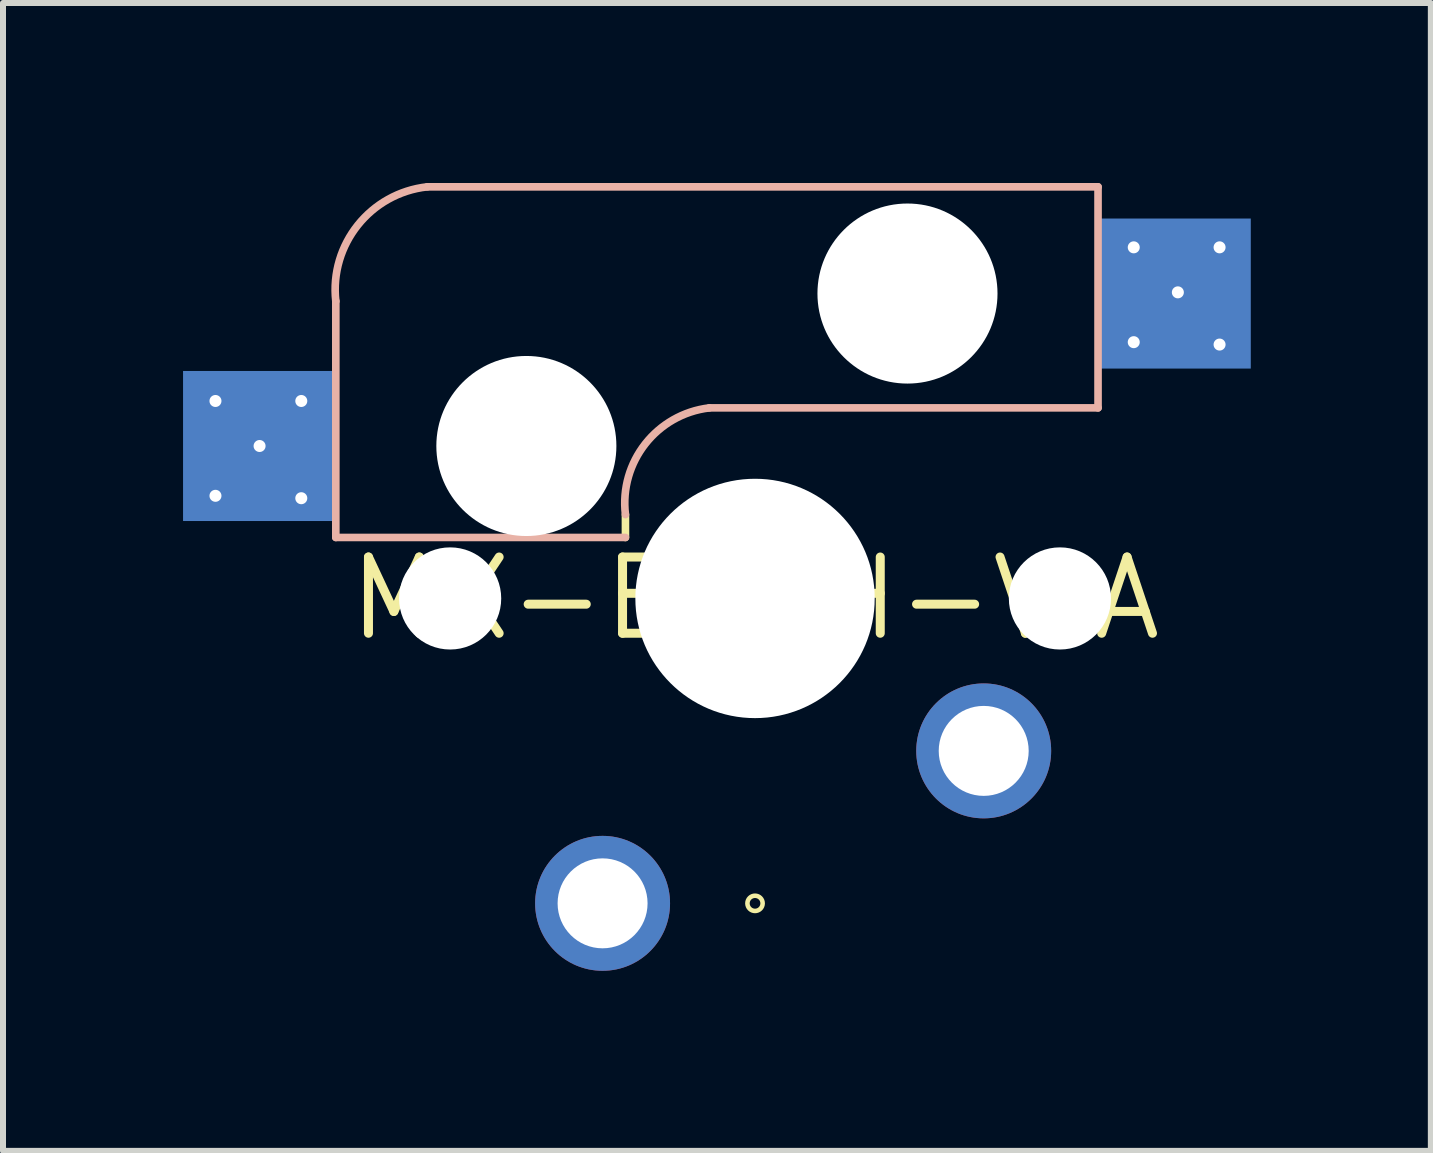
<source format=kicad_pcb>
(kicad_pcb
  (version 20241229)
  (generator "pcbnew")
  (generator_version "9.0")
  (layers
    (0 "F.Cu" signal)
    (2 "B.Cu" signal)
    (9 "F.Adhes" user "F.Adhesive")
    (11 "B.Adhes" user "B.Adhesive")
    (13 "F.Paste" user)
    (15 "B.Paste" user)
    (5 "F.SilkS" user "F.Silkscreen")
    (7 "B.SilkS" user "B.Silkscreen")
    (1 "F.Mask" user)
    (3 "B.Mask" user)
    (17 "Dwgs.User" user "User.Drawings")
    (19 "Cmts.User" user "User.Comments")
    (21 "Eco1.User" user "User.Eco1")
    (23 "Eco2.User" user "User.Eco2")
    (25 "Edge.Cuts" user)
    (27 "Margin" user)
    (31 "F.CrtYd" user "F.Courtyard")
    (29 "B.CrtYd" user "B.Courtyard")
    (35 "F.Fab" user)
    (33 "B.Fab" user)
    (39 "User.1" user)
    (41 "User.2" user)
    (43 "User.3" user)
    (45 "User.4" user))
  (footprint "MX-BOTH-VIA"
    (layer "F.Cu")
    (at 9.53 6.921)
    (property "Reference" "MX-BOTH-VIA" (at 0 0 0) (layer "F.SilkS") (effects (font (size 1.27 1.27) (thickness 0.15))))
    (fp_line (start -2.159 -1.016) (end -2.159 -1.397) (stroke (width 0.127) (type solid)) (layer "F.SilkS"))
    (fp_circle (center 0 5.08) (end 0.127 5.08) (stroke (width 0.076) (type solid)) (fill no) (layer "F.SilkS"))
    (fp_line (start -6.985 -1.016) (end -6.985 -4.953) (stroke (width 0.127) (type solid)) (layer "B.SilkS"))
    (fp_line (start -6.985 -1.016) (end -2.159 -1.016) (stroke (width 0.127) (type solid)) (layer "B.SilkS"))
    (fp_line (start -0.762 -3.175) (end 5.715 -3.175) (stroke (width 0.127) (type solid)) (layer "B.SilkS"))
    (fp_line (start 5.715 -6.858) (end -5.461 -6.858) (stroke (width 0.127) (type solid)) (layer "B.SilkS"))
    (fp_line (start 5.715 -6.858) (end 5.715 -3.175) (stroke (width 0.127) (type solid)) (layer "B.SilkS"))
    (fp_arc (start -6.985 -4.953) (mid -6.617538 -6.221131) (end -5.461 -6.858) (stroke (width 0.127) (type solid)) (layer "B.SilkS"))
    (fp_arc (start -2.159 -1.397) (mid -1.828736 -2.575329) (end -0.761999 -3.175001) (stroke (width 0.127) (type solid)) (layer "B.SilkS"))
    (pad "" np_thru_hole circle (at -5.08 0) (size 1.702 1.702) (drill 1.702) (layers "*.Cu" "*.Mask"))
    (pad "" np_thru_hole circle (at -3.81 -2.54) (size 3 3) (drill 3) (layers "*.Cu" "*.Mask"))
    (pad "" np_thru_hole circle (at 0 0) (size 3.988 3.988) (drill 3.988) (layers "*.Cu" "*.Mask"))
    (pad "" np_thru_hole circle (at 2.54 -5.08) (size 3 3) (drill 3) (layers "*.Cu" "*.Mask"))
    (pad "" np_thru_hole circle (at 5.08 0) (size 1.702 1.702) (drill 1.702) (layers "*.Cu" "*.Mask"))
    (pad "P$1" thru_hole circle (at 3.81 2.54 180) (size 2.248 2.248) (drill 1.499) (layers "*.Cu" "*.Mask"))
    (pad "P$2" thru_hole circle (at -2.54 5.08 180) (size 2.248 2.248) (drill 1.499) (layers "*.Cu" "*.Mask"))
    (pad "P$3" thru_hole circle (at -8.99 -3.29) (size 0.3 0.3) (drill 0.2) (layers "*.Cu" "*.Mask"))
    (pad "P$3" thru_hole circle (at -8.99 -1.71) (size 0.3 0.3) (drill 0.2) (layers "*.Cu" "*.Mask"))
    (pad "P$3" thru_hole circle (at -8.255 -2.54) (size 0.3 0.3) (drill 0.2) (layers "*.Cu" "*.Mask"))
    (pad "P$3" smd rect (at -8.255 -2.54) (size 2.55 2.5) (layers "B.Cu" "B.Mask" "B.Paste"))
    (pad "P$3" thru_hole circle (at -7.56 -3.29) (size 0.3 0.3) (drill 0.2) (layers "*.Cu" "*.Mask"))
    (pad "P$3" thru_hole circle (at -7.56 -1.67) (size 0.3 0.3) (drill 0.2) (layers "*.Cu" "*.Mask"))
    (pad "P$4" thru_hole circle (at 6.31 -5.85) (size 0.3 0.3) (drill 0.2) (layers "*.Cu" "*.Mask"))
    (pad "P$4" thru_hole circle (at 6.31 -4.27) (size 0.3 0.3) (drill 0.2) (layers "*.Cu" "*.Mask"))
    (pad "P$4" smd rect (at 6.985 -5.08) (size 2.55 2.5) (layers "B.Cu" "B.Mask" "B.Paste"))
    (pad "P$4" thru_hole circle (at 7.045 -5.1) (size 0.3 0.3) (drill 0.2) (layers "*.Cu" "*.Mask"))
    (pad "P$4" thru_hole circle (at 7.74 -5.85) (size 0.3 0.3) (drill 0.2) (layers "*.Cu" "*.Mask"))
    (pad "P$4" thru_hole circle (at 7.74 -4.23) (size 0.3 0.3) (drill 0.2) (layers "*.Cu" "*.Mask")))
  (gr_rect
    (start -3 -3)
    (end 20.79 16.125)
    (stroke (width 0.1) (type default))
    (fill no)
    (layer "Edge.Cuts")))
</source>
